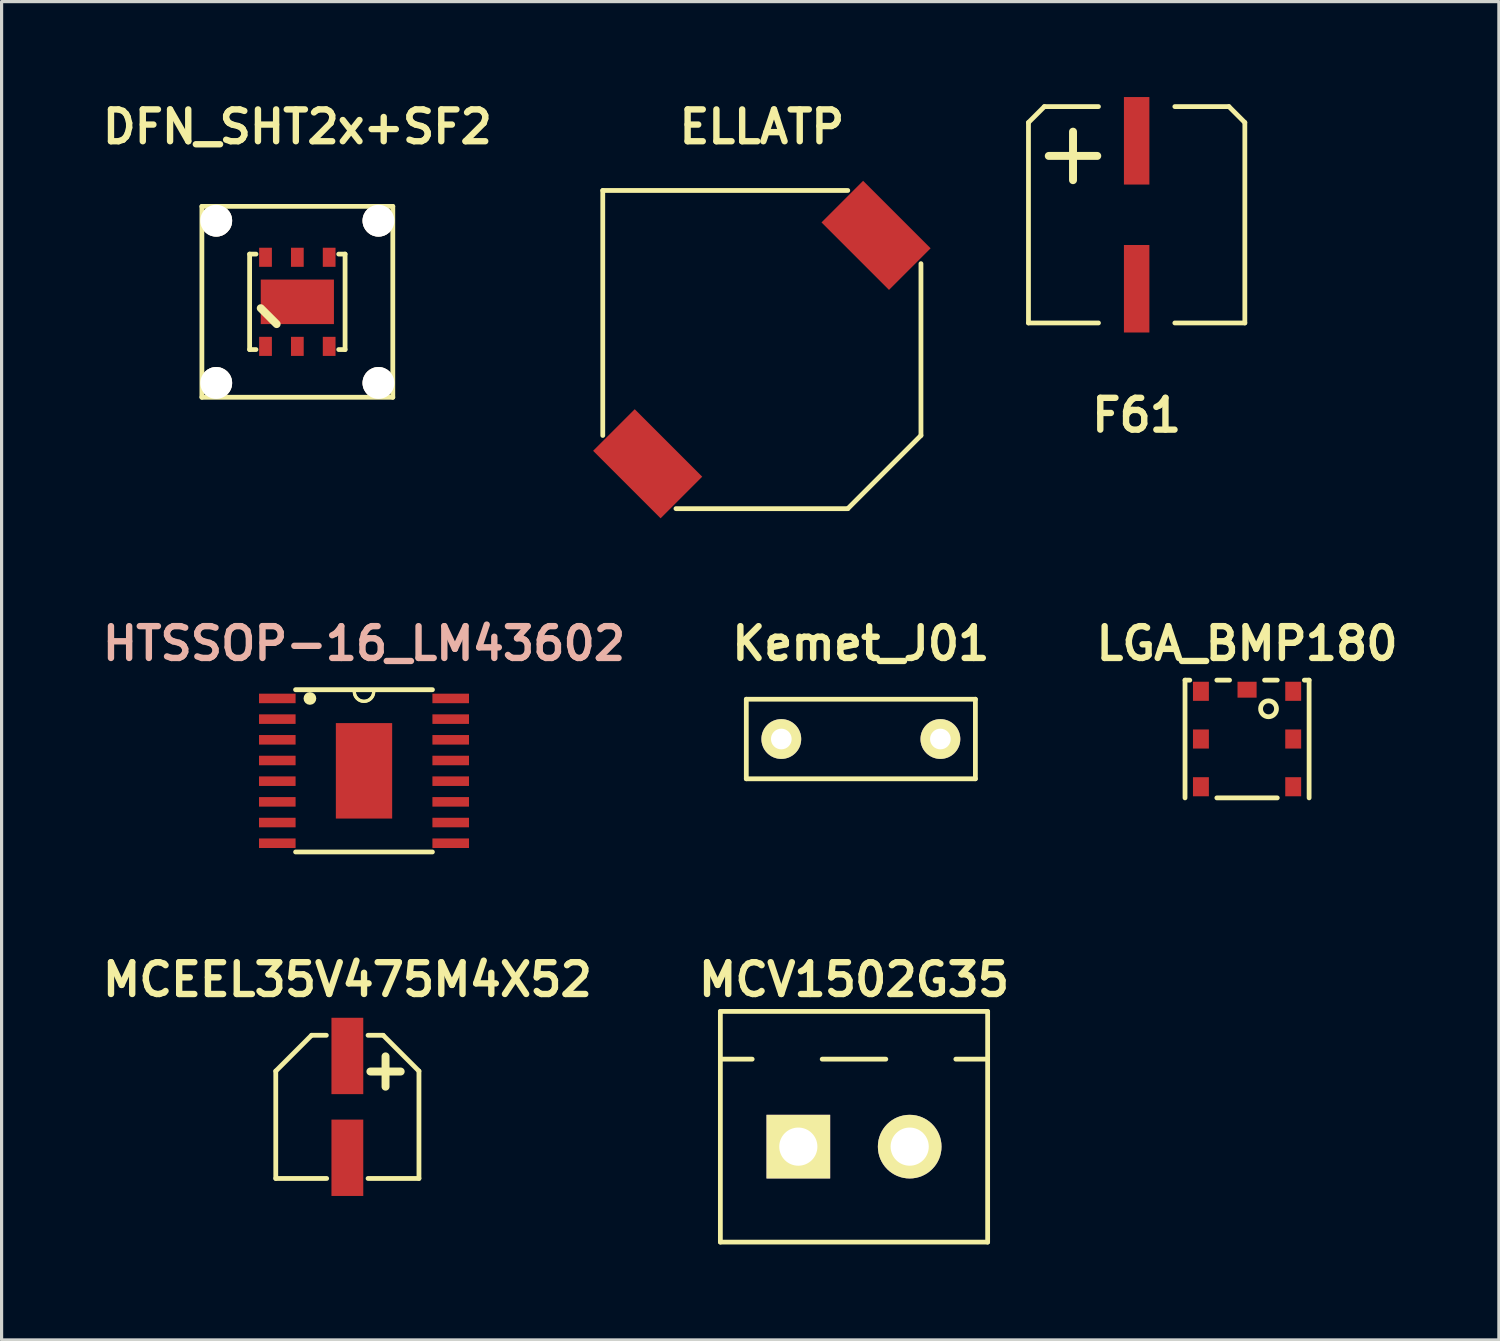
<source format=kicad_pcb>
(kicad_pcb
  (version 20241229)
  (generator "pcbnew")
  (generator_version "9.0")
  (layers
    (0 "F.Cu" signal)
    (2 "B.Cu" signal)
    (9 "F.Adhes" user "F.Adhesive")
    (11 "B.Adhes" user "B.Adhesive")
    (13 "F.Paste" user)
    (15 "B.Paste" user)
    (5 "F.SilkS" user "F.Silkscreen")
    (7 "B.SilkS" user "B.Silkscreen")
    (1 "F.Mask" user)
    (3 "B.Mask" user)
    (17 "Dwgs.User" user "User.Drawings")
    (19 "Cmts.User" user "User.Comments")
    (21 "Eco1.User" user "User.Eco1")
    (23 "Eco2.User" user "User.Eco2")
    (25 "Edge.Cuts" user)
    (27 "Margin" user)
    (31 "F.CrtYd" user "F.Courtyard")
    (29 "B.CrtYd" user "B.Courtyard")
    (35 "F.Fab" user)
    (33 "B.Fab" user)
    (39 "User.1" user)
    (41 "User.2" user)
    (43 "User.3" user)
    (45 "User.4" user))
  (footprint "MCV1502G35"
    (layer "F.Cu")
    (at 23.79 32.987)
    (property "Reference" "MCV1502G35" (at 0 -5.25 0) (layer "F.SilkS") (effects (font (size 1 1) (thickness 0.2))))
    (attr through_hole)
    (fp_line (start -4.2 -4.25) (end -4.2 3) (stroke (width 0.15) (type solid)) (layer "F.SilkS"))
    (fp_line (start -4.2 -4.25) (end 4.2 -4.25) (stroke (width 0.15) (type solid)) (layer "F.SilkS"))
    (fp_line (start -4.2 -2.75) (end -3.2 -2.75) (stroke (width 0.15) (type solid)) (layer "F.SilkS"))
    (fp_line (start -4.2 3) (end 4.2 3) (stroke (width 0.15) (type solid)) (layer "F.SilkS"))
    (fp_line (start -1 -2.75) (end 1 -2.75) (stroke (width 0.15) (type solid)) (layer "F.SilkS"))
    (fp_line (start 4.2 -4.25) (end 4.2 3) (stroke (width 0.15) (type solid)) (layer "F.SilkS"))
    (fp_line (start 4.2 -2.75) (end 3.2 -2.75) (stroke (width 0.15) (type solid)) (layer "F.SilkS"))
    (pad "1" thru_hole rect (at -1.75 0) (size 2 2) (drill 1.199) (layers "*.Cu" "*.Mask" "F.SilkS"))
    (pad "2" thru_hole circle (at 1.75 0) (size 2 2) (drill 1.199) (layers "*.Cu" "*.Mask" "F.SilkS")))
  (footprint "MCEEL35V475M4X52"
    (layer "F.Cu")
    (at 7.867 31.737)
    (property "Reference" "MCEEL35V475M4X52" (at 0 -4 0) (layer "F.SilkS") (effects (font (size 1 1) (thickness 0.2))))
    (attr through_hole)
    (fp_line (start -2.25 -1.125) (end -2.25 2.25) (stroke (width 0.15) (type solid)) (layer "F.SilkS"))
    (fp_line (start -2.25 -1.125) (end -1.125 -2.25) (stroke (width 0.15) (type solid)) (layer "F.SilkS"))
    (fp_line (start -2.25 2.25) (end -0.65 2.25) (stroke (width 0.15) (type solid)) (layer "F.SilkS"))
    (fp_line (start -1.125 -2.25) (end -0.66 -2.25) (stroke (width 0.15) (type solid)) (layer "F.SilkS"))
    (fp_line (start 1.125 -2.25) (end 0.65 -2.25) (stroke (width 0.15) (type solid)) (layer "F.SilkS"))
    (fp_line (start 2.25 -1.125) (end 1.125 -2.25) (stroke (width 0.15) (type solid)) (layer "F.SilkS"))
    (fp_line (start 2.25 2.25) (end 0.65 2.25) (stroke (width 0.15) (type solid)) (layer "F.SilkS"))
    (fp_line (start 2.25 2.25) (end 2.25 -1.125) (stroke (width 0.15) (type solid)) (layer "F.SilkS"))
    (fp_text user "+" (at 1.2 -1.2 0) (layer "F.SilkS") (effects (font (size 1.25 1.25) (thickness 0.25))))
    (pad "1" smd rect (at 0 -1.6) (size 1 2.4) (layers "F.Cu" "F.Mask" "F.Paste"))
    (pad "2" smd rect (at 0 1.6) (size 1 2.4) (layers "F.Cu" "F.Mask" "F.Paste")))
  (footprint "ELLATP"
    (layer "F.Cu")
    (at 20.894 7.936)
    (property "Reference" "ELLATP" (at 0 -7 0) (layer "F.SilkS") (effects (font (size 1 1) (thickness 0.2))))
    (attr through_hole)
    (fp_line (start -5 -5) (end -5 2.7) (stroke (width 0.15) (type solid)) (layer "F.SilkS"))
    (fp_line (start -2.7 5) (end 2.7 5) (stroke (width 0.15) (type solid)) (layer "F.SilkS"))
    (fp_line (start 2.7 -5) (end -5 -5) (stroke (width 0.15) (type solid)) (layer "F.SilkS"))
    (fp_line (start 2.7 5) (end 5 2.7) (stroke (width 0.15) (type solid)) (layer "F.SilkS"))
    (fp_line (start 5 2.7) (end 5 -2.7) (stroke (width 0.15) (type solid)) (layer "F.SilkS"))
    (pad "1" smd rect (at 3.589 -3.589 315) (size 3 1.85) (layers "F.Cu" "F.Mask" "F.Paste"))
    (pad "2" smd rect (at -3.589 3.589 315) (size 3 1.85) (layers "F.Cu" "F.Mask" "F.Paste")))
  (footprint "F61"
    (layer "F.Cu")
    (at 32.673 3.7)
    (property "Reference" "F61" (at 0 6.3 0) (layer "F.SilkS") (effects (font (size 1 1) (thickness 0.2))))
    (attr through_hole)
    (fp_line (start -3.4 -2.9) (end -2.9 -3.4) (stroke (width 0.15) (type solid)) (layer "F.SilkS"))
    (fp_line (start -3.4 3.4) (end -3.4 -2.9) (stroke (width 0.15) (type solid)) (layer "F.SilkS"))
    (fp_line (start -3.4 3.4) (end -1.2 3.4) (stroke (width 0.15) (type solid)) (layer "F.SilkS"))
    (fp_line (start -2.9 -3.4) (end -1.2 -3.4) (stroke (width 0.15) (type solid)) (layer "F.SilkS"))
    (fp_line (start 1.2 -3.4) (end 2.9 -3.4) (stroke (width 0.15) (type solid)) (layer "F.SilkS"))
    (fp_line (start 1.2 3.4) (end 3.4 3.4) (stroke (width 0.15) (type solid)) (layer "F.SilkS"))
    (fp_line (start 3.4 -2.9) (end 2.9 -3.4) (stroke (width 0.15) (type solid)) (layer "F.SilkS"))
    (fp_line (start 3.4 -2.9) (end 3.4 3.4) (stroke (width 0.15) (type solid)) (layer "F.SilkS"))
    (fp_text user "+" (at -2 -2 0) (layer "F.SilkS") (effects (font (size 2 2) (thickness 0.25))))
    (pad "1" smd rect (at 0 -2.325) (size 0.8 2.75) (layers "F.Cu" "F.Mask" "F.Paste"))
    (pad "2" smd rect (at 0 2.325) (size 0.8 2.75) (layers "F.Cu" "F.Mask" "F.Paste")))
  (footprint "HTSSOP-16_LM43602"
    (layer "F.Cu")
    (at 8.39 21.176)
    (property "Reference" "HTSSOP-16_LM43602" (at 0 -4 0) (layer "B.SilkS") (effects (font (size 1 1) (thickness 0.2))))
    (attr smd)
    (fp_line (start -2.15 2.55) (end 2.15 2.55) (stroke (width 0.15) (type solid)) (layer "F.SilkS"))
    (fp_line (start 2.15 -2.55) (end -2.15 -2.55) (stroke (width 0.152) (type solid)) (layer "F.SilkS"))
    (fp_arc (start 0.3048 -2.4892) (mid 0 -2.1844) (end -0.3048 -2.4892) (stroke (width 0.1) (type solid)) (layer "F.SilkS"))
    (fp_arc (start 0.3048 -2.4892) (mid 0 -2.1844) (end -0.3048 -2.4892) (stroke (width 0.1) (type solid)) (layer "F.SilkS"))
    (fp_circle (center -1.7 -2.275) (end -1.6 -2.275) (stroke (width 0.2) (type solid)) (fill no) (layer "F.SilkS"))
    (pad "1" smd rect (at -2.725 -2.275) (size 1.15 0.3) (layers "F.Cu" "F.Mask" "F.Paste"))
    (pad "2" smd rect (at -2.725 -1.625) (size 1.15 0.3) (layers "F.Cu" "F.Mask" "F.Paste"))
    (pad "3" smd rect (at -2.725 -0.975) (size 1.15 0.3) (layers "F.Cu" "F.Mask" "F.Paste"))
    (pad "4" smd rect (at -2.725 -0.325) (size 1.15 0.3) (layers "F.Cu" "F.Mask" "F.Paste"))
    (pad "5" smd rect (at -2.725 0.325) (size 1.15 0.3) (layers "F.Cu" "F.Mask" "F.Paste"))
    (pad "6" smd rect (at -2.725 0.975) (size 1.15 0.3) (layers "F.Cu" "F.Mask" "F.Paste"))
    (pad "7" smd rect (at -2.725 1.625) (size 1.15 0.3) (layers "F.Cu" "F.Mask" "F.Paste"))
    (pad "8" smd rect (at -2.725 2.275) (size 1.15 0.3) (layers "F.Cu" "F.Mask" "F.Paste"))
    (pad "9" smd rect (at 2.725 2.275) (size 1.15 0.3) (layers "F.Cu" "F.Mask" "F.Paste"))
    (pad "10" smd rect (at 2.725 1.625) (size 1.15 0.3) (layers "F.Cu" "F.Mask" "F.Paste"))
    (pad "11" smd rect (at 2.725 0.975) (size 1.15 0.3) (layers "F.Cu" "F.Mask" "F.Paste"))
    (pad "12" smd rect (at 2.725 0.325) (size 1.15 0.3) (layers "F.Cu" "F.Mask" "F.Paste"))
    (pad "13" smd rect (at 2.725 -0.325) (size 1.15 0.3) (layers "F.Cu" "F.Mask" "F.Paste"))
    (pad "14" smd rect (at 2.725 -0.975) (size 1.15 0.3) (layers "F.Cu" "F.Mask" "F.Paste"))
    (pad "15" smd rect (at 2.725 -1.625) (size 1.15 0.3) (layers "F.Cu" "F.Mask" "F.Paste"))
    (pad "16" smd rect (at 2.725 -2.275) (size 1.15 0.3) (layers "F.Cu" "F.Mask" "F.Paste"))
    (pad "17" smd rect (at 0 0) (size 1.77 3) (layers "F.Cu" "F.Mask" "F.Paste")))
  (footprint "Kemet_J01"
    (layer "F.Cu")
    (at 24.005 20.176)
    (property "Reference" "Kemet_J01" (at 0 -3 0) (layer "F.SilkS") (effects (font (size 1 1) (thickness 0.2))))
    (attr through_hole)
    (fp_line (start -3.6 -1.25) (end 3.6 -1.25) (stroke (width 0.15) (type solid)) (layer "F.SilkS"))
    (fp_line (start -3.6 1.25) (end -3.6 -1.25) (stroke (width 0.15) (type solid)) (layer "F.SilkS"))
    (fp_line (start -3.6 1.25) (end 3.6 1.25) (stroke (width 0.15) (type solid)) (layer "F.SilkS"))
    (fp_line (start 3.6 -1.25) (end 3.6 1.25) (stroke (width 0.15) (type solid)) (layer "F.SilkS"))
    (pad "1" thru_hole circle (at -2.5 0) (size 1.25 1.25) (drill 0.65) (layers "*.Cu" "*.Mask" "F.SilkS"))
    (pad "2" thru_hole circle (at 2.5 0) (size 1.25 1.25) (drill 0.65) (layers "*.Cu" "*.Mask" "F.SilkS")))
  (footprint "DFN_SHT2x+SF2"
    (layer "F.Cu")
    (at 6.295 6.436)
    (property "Reference" "DFN_SHT2x+SF2" (at 0 -5.5 0) (layer "F.SilkS") (effects (font (size 1 1) (thickness 0.2))))
    (attr through_hole)
    (fp_line (start -3 -3) (end -3 3) (stroke (width 0.15) (type solid)) (layer "F.SilkS"))
    (fp_line (start -3 3) (end 3 3) (stroke (width 0.15) (type solid)) (layer "F.SilkS"))
    (fp_line (start -1.5 -1.5) (end -1.5 1.5) (stroke (width 0.15) (type solid)) (layer "F.SilkS"))
    (fp_line (start -1.3 -1.5) (end -1.5 -1.5) (stroke (width 0.15) (type solid)) (layer "F.SilkS"))
    (fp_line (start -1.3 1.5) (end -1.5 1.5) (stroke (width 0.15) (type solid)) (layer "F.SilkS"))
    (fp_line (start -1.15 0.2) (end -0.65 0.7) (stroke (width 0.25) (type solid)) (layer "F.SilkS"))
    (fp_line (start 1.3 -1.5) (end 1.5 -1.5) (stroke (width 0.15) (type solid)) (layer "F.SilkS"))
    (fp_line (start 1.5 -1.5) (end 1.5 1.5) (stroke (width 0.15) (type solid)) (layer "F.SilkS"))
    (fp_line (start 1.5 1.5) (end 1.3 1.5) (stroke (width 0.15) (type solid)) (layer "F.SilkS"))
    (fp_line (start 3 -3) (end -3 -3) (stroke (width 0.15) (type solid)) (layer "F.SilkS"))
    (fp_line (start 3 3) (end 3 -3) (stroke (width 0.15) (type solid)) (layer "F.SilkS"))
    (pad "" thru_hole circle (at -2.55 -2.55) (size 1 1) (drill 1) (layers "*.Cu" "*.Mask" "F.SilkS"))
    (pad "" thru_hole circle (at -2.55 2.55) (size 1 1) (drill 1) (layers "*.Cu" "*.Mask" "F.SilkS"))
    (pad "" smd rect (at 0 0) (size 2.3 1.4) (layers "F.Cu" "F.Mask" "F.Paste"))
    (pad "" thru_hole circle (at 2.55 -2.55) (size 1 1) (drill 1) (layers "*.Cu" "*.Mask" "F.SilkS"))
    (pad "" thru_hole circle (at 2.55 2.55) (size 1 1) (drill 1) (layers "*.Cu" "*.Mask" "F.SilkS"))
    (pad "1" smd rect (at -1 1.4) (size 0.4 0.6) (layers "F.Cu" "F.Mask" "F.Paste"))
    (pad "2" smd rect (at 0 1.4) (size 0.4 0.6) (layers "F.Cu" "F.Mask" "F.Paste"))
    (pad "3" smd rect (at 1 1.4) (size 0.4 0.6) (layers "F.Cu" "F.Mask" "F.Paste"))
    (pad "4" smd rect (at 1 -1.4) (size 0.4 0.6) (layers "F.Cu" "F.Mask" "F.Paste"))
    (pad "5" smd rect (at 0 -1.4) (size 0.4 0.6) (layers "F.Cu" "F.Mask" "F.Paste"))
    (pad "6" smd rect (at -1 -1.4) (size 0.4 0.6) (layers "F.Cu" "F.Mask" "F.Paste")))
  (footprint "LGA_BMP180"
    (layer "F.Cu")
    (at 36.143 20.176)
    (property "Reference" "LGA_BMP180" (at 0 -3 0) (layer "F.SilkS") (effects (font (size 1 1) (thickness 0.2))))
    (attr through_hole)
    (fp_line (start -1.95 -1.85) (end -1.95 1.85) (stroke (width 0.15) (type solid)) (layer "F.SilkS"))
    (fp_line (start -1.95 -1.85) (end -1.8 -1.85) (stroke (width 0.15) (type solid)) (layer "F.SilkS"))
    (fp_line (start -0.95 -1.85) (end -0.55 -1.85) (stroke (width 0.15) (type solid)) (layer "F.SilkS"))
    (fp_line (start -0.95 1.85) (end 0.95 1.85) (stroke (width 0.15) (type solid)) (layer "F.SilkS"))
    (fp_line (start 0.55 -1.85) (end 0.95 -1.85) (stroke (width 0.15) (type solid)) (layer "F.SilkS"))
    (fp_line (start 1.95 -1.85) (end 1.8 -1.85) (stroke (width 0.15) (type solid)) (layer "F.SilkS"))
    (fp_line (start 1.95 -1.85) (end 1.95 1.85) (stroke (width 0.15) (type solid)) (layer "F.SilkS"))
    (fp_circle (center 0.675 -0.95) (end 0.675 -0.7) (stroke (width 0.15) (type solid)) (fill no) (layer "F.SilkS"))
    (pad "1" smd rect (at -1.45 -1.5) (size 0.5 0.6) (layers "F.Cu" "F.Mask" "F.Paste"))
    (pad "2" smd rect (at -1.45 0) (size 0.5 0.6) (layers "F.Cu" "F.Mask" "F.Paste"))
    (pad "3" smd rect (at -1.45 1.5) (size 0.5 0.6) (layers "F.Cu" "F.Mask" "F.Paste"))
    (pad "4" smd rect (at 1.45 1.5) (size 0.5 0.6) (layers "F.Cu" "F.Mask" "F.Paste"))
    (pad "5" smd rect (at 1.45 0) (size 0.5 0.6) (layers "F.Cu" "F.Mask" "F.Paste"))
    (pad "6" smd rect (at 1.45 -1.5) (size 0.5 0.6) (layers "F.Cu" "F.Mask" "F.Paste"))
    (pad "7" smd rect (at 0 -1.55) (size 0.6 0.5) (layers "F.Cu" "F.Mask" "F.Paste")))
  (gr_rect
    (start -3 -3)
    (end 44.057 39.062)
    (stroke (width 0.1) (type default))
    (fill no)
    (layer "Edge.Cuts")))
</source>
